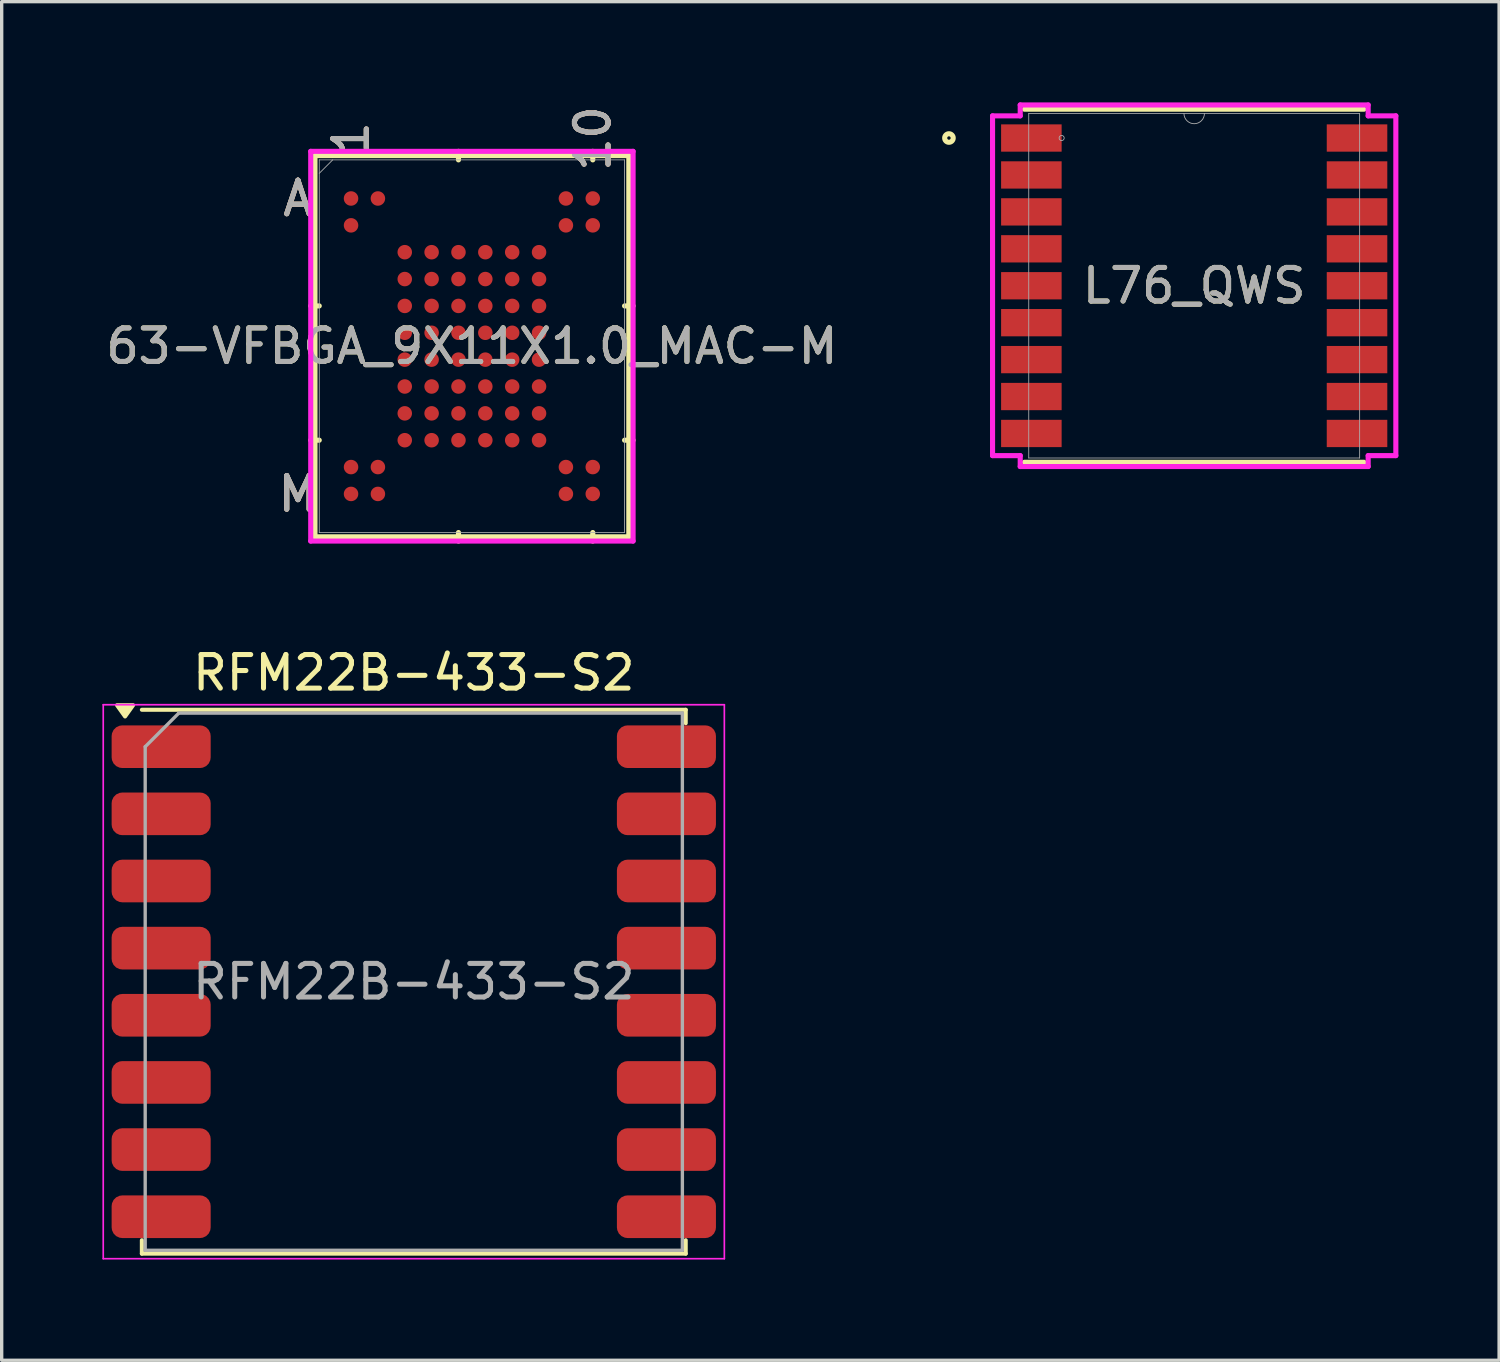
<source format=kicad_pcb>
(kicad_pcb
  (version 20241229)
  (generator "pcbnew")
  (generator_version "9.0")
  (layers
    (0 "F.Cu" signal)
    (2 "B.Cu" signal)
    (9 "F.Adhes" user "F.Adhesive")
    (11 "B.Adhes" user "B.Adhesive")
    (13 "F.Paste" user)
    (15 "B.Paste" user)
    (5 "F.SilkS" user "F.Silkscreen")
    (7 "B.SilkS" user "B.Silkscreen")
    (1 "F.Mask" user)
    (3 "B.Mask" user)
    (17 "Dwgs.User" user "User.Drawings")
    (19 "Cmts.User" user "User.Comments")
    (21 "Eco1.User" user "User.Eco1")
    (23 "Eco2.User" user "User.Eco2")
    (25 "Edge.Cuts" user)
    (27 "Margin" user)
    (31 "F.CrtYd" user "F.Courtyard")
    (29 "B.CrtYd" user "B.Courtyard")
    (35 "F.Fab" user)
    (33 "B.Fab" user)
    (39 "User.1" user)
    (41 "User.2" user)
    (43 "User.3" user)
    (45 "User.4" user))
  (footprint "RFM22B-433-S2"
    (layer "F.Cu")
    (at 9.275 26.191)
    (property "Reference" "RFM22B-433-S2" (at 0 -9.2 0) (layer "F.SilkS") (effects (font (size 1 1) (thickness 0.15))))
    (attr smd)
    (fp_line (start -8.1 -8.1) (end 8.1 -8.1) (stroke (width 0.12) (type solid)) (layer "F.SilkS"))
    (fp_line (start -8.1 7.7) (end -8.1 8.1) (stroke (width 0.12) (type solid)) (layer "F.SilkS"))
    (fp_line (start -8.1 8.1) (end 8.1 8.1) (stroke (width 0.12) (type solid)) (layer "F.SilkS"))
    (fp_line (start 8.1 -8.1) (end 8.1 -7.7) (stroke (width 0.12) (type solid)) (layer "F.SilkS"))
    (fp_line (start 8.1 8.1) (end 8.1 7.7) (stroke (width 0.12) (type solid)) (layer "F.SilkS"))
    (fp_poly (pts (xy -8.6 -7.9) (xy -8.84 -8.236) (xy -8.36 -8.236) (xy -8.6 -7.9)) (stroke (width 0.12) (type solid)) (fill yes) (layer "F.SilkS"))
    (fp_line (start -9.25 -8.25) (end 9.25 -8.25) (stroke (width 0.05) (type solid)) (layer "F.CrtYd"))
    (fp_line (start -9.25 8.25) (end -9.25 -8.25) (stroke (width 0.05) (type solid)) (layer "F.CrtYd"))
    (fp_line (start -9.25 8.25) (end 9.25 8.25) (stroke (width 0.05) (type solid)) (layer "F.CrtYd"))
    (fp_line (start 9.25 -8.25) (end 9.25 8.25) (stroke (width 0.05) (type solid)) (layer "F.CrtYd"))
    (fp_line (start -8 8) (end -8 -7) (stroke (width 0.1) (type solid)) (layer "F.Fab"))
    (fp_line (start -8 8) (end 8 8) (stroke (width 0.1) (type solid)) (layer "F.Fab"))
    (fp_line (start -7 -8) (end -8 -7) (stroke (width 0.1) (type solid)) (layer "F.Fab"))
    (fp_line (start -7 -8) (end 8 -8) (stroke (width 0.1) (type solid)) (layer "F.Fab"))
    (fp_line (start 8 8) (end 8 -8) (stroke (width 0.1) (type solid)) (layer "F.Fab"))
    (fp_text user "${REFERENCE}" (at 0 0 0) (layer "F.Fab") (effects (font (size 1 1) (thickness 0.15))))
    (pad "1" smd roundrect (at -7.525 -7) (size 2.95 1.27) (layers "F.Cu" "F.Mask" "F.Paste") (roundrect_rratio 0.25))
    (pad "2" smd roundrect (at -7.525 -5) (size 2.95 1.27) (layers "F.Cu" "F.Mask" "F.Paste") (roundrect_rratio 0.25))
    (pad "3" smd roundrect (at -7.525 -3) (size 2.95 1.27) (layers "F.Cu" "F.Mask" "F.Paste") (roundrect_rratio 0.25))
    (pad "4" smd roundrect (at -7.525 -1) (size 2.95 1.27) (layers "F.Cu" "F.Mask" "F.Paste") (roundrect_rratio 0.25))
    (pad "5" smd roundrect (at -7.525 1) (size 2.95 1.27) (layers "F.Cu" "F.Mask" "F.Paste") (roundrect_rratio 0.25))
    (pad "6" smd roundrect (at -7.525 3) (size 2.95 1.27) (layers "F.Cu" "F.Mask" "F.Paste") (roundrect_rratio 0.25))
    (pad "7" smd roundrect (at -7.525 5) (size 2.95 1.27) (layers "F.Cu" "F.Mask" "F.Paste") (roundrect_rratio 0.25))
    (pad "8" smd roundrect (at -7.525 7) (size 2.95 1.27) (layers "F.Cu" "F.Mask" "F.Paste") (roundrect_rratio 0.25))
    (pad "9" smd roundrect (at 7.525 7) (size 2.95 1.27) (layers "F.Cu" "F.Mask" "F.Paste") (roundrect_rratio 0.25))
    (pad "10" smd roundrect (at 7.525 5) (size 2.95 1.27) (layers "F.Cu" "F.Mask" "F.Paste") (roundrect_rratio 0.25))
    (pad "11" smd roundrect (at 7.525 3) (size 2.95 1.27) (layers "F.Cu" "F.Mask" "F.Paste") (roundrect_rratio 0.25))
    (pad "12" smd roundrect (at 7.525 1) (size 2.95 1.27) (layers "F.Cu" "F.Mask" "F.Paste") (roundrect_rratio 0.25))
    (pad "13" smd roundrect (at 7.525 -1) (size 2.95 1.27) (layers "F.Cu" "F.Mask" "F.Paste") (roundrect_rratio 0.25))
    (pad "14" smd roundrect (at 7.525 -3) (size 2.95 1.27) (layers "F.Cu" "F.Mask" "F.Paste") (roundrect_rratio 0.25))
    (pad "15" smd roundrect (at 7.525 -5) (size 2.95 1.27) (layers "F.Cu" "F.Mask" "F.Paste") (roundrect_rratio 0.25))
    (pad "16" smd roundrect (at 7.525 -7) (size 2.95 1.27) (layers "F.Cu" "F.Mask" "F.Paste") (roundrect_rratio 0.25)))
  (footprint "63-VFBGA_9X11X1.0_MAC-M"
    (layer "F.Cu")
    (at 11.006 7.262)
    (property "Reference" "63-VFBGA_9X11X1.0_MAC-M" (at 0 0 0) (unlocked yes) (layer "F.SilkS") (effects (font (size 1 1) (thickness 0.15))))
    (attr smd)
    (fp_line (start -4.674 -5.677) (end -4.674 5.677) (stroke (width 0.152) (type solid)) (layer "F.SilkS"))
    (fp_line (start -4.674 5.677) (end 4.674 5.677) (stroke (width 0.152) (type solid)) (layer "F.SilkS"))
    (fp_line (start -4.547 -1.2) (end -4.801 -1.2) (stroke (width 0.152) (type solid)) (layer "F.SilkS"))
    (fp_line (start -4.547 2.8) (end -4.801 2.8) (stroke (width 0.152) (type solid)) (layer "F.SilkS"))
    (fp_line (start -0.4 -5.55) (end -0.4 -5.804) (stroke (width 0.152) (type solid)) (layer "F.SilkS"))
    (fp_line (start -0.4 5.55) (end -0.4 5.804) (stroke (width 0.152) (type solid)) (layer "F.SilkS"))
    (fp_line (start 3.6 -5.55) (end 3.6 -5.804) (stroke (width 0.152) (type solid)) (layer "F.SilkS"))
    (fp_line (start 3.6 5.55) (end 3.6 5.804) (stroke (width 0.152) (type solid)) (layer "F.SilkS"))
    (fp_line (start 4.547 -1.2) (end 4.801 -1.2) (stroke (width 0.152) (type solid)) (layer "F.SilkS"))
    (fp_line (start 4.547 2.8) (end 4.801 2.8) (stroke (width 0.152) (type solid)) (layer "F.SilkS"))
    (fp_line (start 4.674 -5.677) (end -4.674 -5.677) (stroke (width 0.152) (type solid)) (layer "F.SilkS"))
    (fp_line (start 4.674 5.677) (end 4.674 -5.677) (stroke (width 0.152) (type solid)) (layer "F.SilkS"))
    (fp_poly (pts (xy -4.444 -5.245) (xy 4.444 -5.245) (xy 4.444 5.245) (xy -4.444 5.245)) (stroke (width 0.1) (type solid)) (fill no) (layer "Eco2.User"))
    (fp_line (start -4.801 -5.804) (end 4.801 -5.804) (stroke (width 0.152) (type solid)) (layer "F.CrtYd"))
    (fp_line (start -4.801 5.804) (end -4.801 -5.804) (stroke (width 0.152) (type solid)) (layer "F.CrtYd"))
    (fp_line (start 4.801 -5.804) (end 4.801 5.804) (stroke (width 0.152) (type solid)) (layer "F.CrtYd"))
    (fp_line (start 4.801 5.804) (end -4.801 5.804) (stroke (width 0.152) (type solid)) (layer "F.CrtYd"))
    (fp_line (start -4.547 -5.55) (end -4.547 5.55) (stroke (width 0.025) (type solid)) (layer "F.Fab"))
    (fp_line (start -4.547 5.55) (end 4.547 5.55) (stroke (width 0.025) (type solid)) (layer "F.Fab"))
    (fp_line (start -4.147 -5.55) (end -4.547 -5.15) (stroke (width 0.025) (type solid)) (layer "F.Fab"))
    (fp_line (start 4.547 -5.55) (end -4.547 -5.55) (stroke (width 0.025) (type solid)) (layer "F.Fab"))
    (fp_line (start 4.547 5.55) (end 4.547 -5.55) (stroke (width 0.025) (type solid)) (layer "F.Fab"))
    (fp_text user "A" (at -5.182 -4.4 0) (unlocked yes) (layer "F.SilkS") (effects (font (size 1 1) (thickness 0.15))))
    (fp_text user "M" (at -5.182 4.4 0) (unlocked yes) (layer "F.SilkS") (effects (font (size 1 1) (thickness 0.15))))
    (fp_text user "1" (at -3.6 -6.185 90) (unlocked yes) (layer "F.SilkS") (effects (font (size 1 1) (thickness 0.15))))
    (fp_text user "10" (at 3.6 -6.185 90) (unlocked yes) (layer "F.SilkS") (effects (font (size 1 1) (thickness 0.15))))
    (fp_text user "M" (at -5.182 4.4 0) (unlocked yes) (layer "B.SilkS") (effects (font (size 1 1) (thickness 0.15))))
    (fp_text user "10" (at 3.6 -6.185 90) (unlocked yes) (layer "B.SilkS") (effects (font (size 1 1) (thickness 0.15))))
    (fp_text user "A" (at -5.182 -4.4 0) (unlocked yes) (layer "B.SilkS") (effects (font (size 1 1) (thickness 0.15))))
    (fp_text user "1" (at -3.6 -6.185 90) (unlocked yes) (layer "B.SilkS") (effects (font (size 1 1) (thickness 0.15))))
    (fp_text user "${REFERENCE}" (at 0 0 0) (unlocked yes) (layer "F.Fab") (effects (font (size 1 1) (thickness 0.15))))
    (fp_text user "1" (at -3.6 -6.185 90) (unlocked yes) (layer "F.Fab") (effects (font (size 1 1) (thickness 0.15))))
    (fp_text user "M" (at -5.182 4.4 0) (unlocked yes) (layer "F.Fab") (effects (font (size 1 1) (thickness 0.15))))
    (fp_text user "A" (at -5.182 -4.4 0) (unlocked yes) (layer "F.Fab") (effects (font (size 1 1) (thickness 0.15))))
    (fp_text user "10" (at 3.6 -6.185 90) (unlocked yes) (layer "F.Fab") (effects (font (size 1 1) (thickness 0.15))))
    (pad "A1" smd circle (at -3.6 -4.4) (size 0.432 0.432) (layers "F.Cu" "F.Mask" "F.Paste"))
    (pad "A2" smd circle (at -2.8 -4.4) (size 0.432 0.432) (layers "F.Cu" "F.Mask" "F.Paste"))
    (pad "A9" smd circle (at 2.8 -4.4) (size 0.432 0.432) (layers "F.Cu" "F.Mask" "F.Paste"))
    (pad "A10" smd circle (at 3.6 -4.4) (size 0.432 0.432) (layers "F.Cu" "F.Mask" "F.Paste"))
    (pad "B1" smd circle (at -3.6 -3.6) (size 0.432 0.432) (layers "F.Cu" "F.Mask" "F.Paste"))
    (pad "B9" smd circle (at 2.8 -3.6) (size 0.432 0.432) (layers "F.Cu" "F.Mask" "F.Paste"))
    (pad "B10" smd circle (at 3.6 -3.6) (size 0.432 0.432) (layers "F.Cu" "F.Mask" "F.Paste"))
    (pad "C3" smd circle (at -2 -2.8) (size 0.432 0.432) (layers "F.Cu" "F.Mask" "F.Paste"))
    (pad "C4" smd circle (at -1.2 -2.8) (size 0.432 0.432) (layers "F.Cu" "F.Mask" "F.Paste"))
    (pad "C5" smd circle (at -0.4 -2.8) (size 0.432 0.432) (layers "F.Cu" "F.Mask" "F.Paste"))
    (pad "C6" smd circle (at 0.4 -2.8) (size 0.432 0.432) (layers "F.Cu" "F.Mask" "F.Paste"))
    (pad "C7" smd circle (at 1.2 -2.8) (size 0.432 0.432) (layers "F.Cu" "F.Mask" "F.Paste"))
    (pad "C8" smd circle (at 2 -2.8) (size 0.432 0.432) (layers "F.Cu" "F.Mask" "F.Paste"))
    (pad "D3" smd circle (at -2 -2) (size 0.432 0.432) (layers "F.Cu" "F.Mask" "F.Paste"))
    (pad "D4" smd circle (at -1.2 -2) (size 0.432 0.432) (layers "F.Cu" "F.Mask" "F.Paste"))
    (pad "D5" smd circle (at -0.4 -2) (size 0.432 0.432) (layers "F.Cu" "F.Mask" "F.Paste"))
    (pad "D6" smd circle (at 0.4 -2) (size 0.432 0.432) (layers "F.Cu" "F.Mask" "F.Paste"))
    (pad "D7" smd circle (at 1.2 -2) (size 0.432 0.432) (layers "F.Cu" "F.Mask" "F.Paste"))
    (pad "D8" smd circle (at 2 -2) (size 0.432 0.432) (layers "F.Cu" "F.Mask" "F.Paste"))
    (pad "E3" smd circle (at -2 -1.2) (size 0.432 0.432) (layers "F.Cu" "F.Mask" "F.Paste"))
    (pad "E4" smd circle (at -1.2 -1.2) (size 0.432 0.432) (layers "F.Cu" "F.Mask" "F.Paste"))
    (pad "E5" smd circle (at -0.4 -1.2) (size 0.432 0.432) (layers "F.Cu" "F.Mask" "F.Paste"))
    (pad "E6" smd circle (at 0.4 -1.2) (size 0.432 0.432) (layers "F.Cu" "F.Mask" "F.Paste"))
    (pad "E7" smd circle (at 1.2 -1.2) (size 0.432 0.432) (layers "F.Cu" "F.Mask" "F.Paste"))
    (pad "E8" smd circle (at 2 -1.2) (size 0.432 0.432) (layers "F.Cu" "F.Mask" "F.Paste"))
    (pad "F3" smd circle (at -2 -0.4) (size 0.432 0.432) (layers "F.Cu" "F.Mask" "F.Paste"))
    (pad "F4" smd circle (at -1.2 -0.4) (size 0.432 0.432) (layers "F.Cu" "F.Mask" "F.Paste"))
    (pad "F5" smd circle (at -0.4 -0.4) (size 0.432 0.432) (layers "F.Cu" "F.Mask" "F.Paste"))
    (pad "F6" smd circle (at 0.4 -0.4) (size 0.432 0.432) (layers "F.Cu" "F.Mask" "F.Paste"))
    (pad "F7" smd circle (at 1.2 -0.4) (size 0.432 0.432) (layers "F.Cu" "F.Mask" "F.Paste"))
    (pad "F8" smd circle (at 2 -0.4) (size 0.432 0.432) (layers "F.Cu" "F.Mask" "F.Paste"))
    (pad "G3" smd circle (at -2 0.4) (size 0.432 0.432) (layers "F.Cu" "F.Mask" "F.Paste"))
    (pad "G4" smd circle (at -1.2 0.4) (size 0.432 0.432) (layers "F.Cu" "F.Mask" "F.Paste"))
    (pad "G5" smd circle (at -0.4 0.4) (size 0.432 0.432) (layers "F.Cu" "F.Mask" "F.Paste"))
    (pad "G6" smd circle (at 0.4 0.4) (size 0.432 0.432) (layers "F.Cu" "F.Mask" "F.Paste"))
    (pad "G7" smd circle (at 1.2 0.4) (size 0.432 0.432) (layers "F.Cu" "F.Mask" "F.Paste"))
    (pad "G8" smd circle (at 2 0.4) (size 0.432 0.432) (layers "F.Cu" "F.Mask" "F.Paste"))
    (pad "H3" smd circle (at -2 1.2) (size 0.432 0.432) (layers "F.Cu" "F.Mask" "F.Paste"))
    (pad "H4" smd circle (at -1.2 1.2) (size 0.432 0.432) (layers "F.Cu" "F.Mask" "F.Paste"))
    (pad "H5" smd circle (at -0.4 1.2) (size 0.432 0.432) (layers "F.Cu" "F.Mask" "F.Paste"))
    (pad "H6" smd circle (at 0.4 1.2) (size 0.432 0.432) (layers "F.Cu" "F.Mask" "F.Paste"))
    (pad "H7" smd circle (at 1.2 1.2) (size 0.432 0.432) (layers "F.Cu" "F.Mask" "F.Paste"))
    (pad "H8" smd circle (at 2 1.2) (size 0.432 0.432) (layers "F.Cu" "F.Mask" "F.Paste"))
    (pad "J3" smd circle (at -2 2) (size 0.432 0.432) (layers "F.Cu" "F.Mask" "F.Paste"))
    (pad "J4" smd circle (at -1.2 2) (size 0.432 0.432) (layers "F.Cu" "F.Mask" "F.Paste"))
    (pad "J5" smd circle (at -0.4 2) (size 0.432 0.432) (layers "F.Cu" "F.Mask" "F.Paste"))
    (pad "J6" smd circle (at 0.4 2) (size 0.432 0.432) (layers "F.Cu" "F.Mask" "F.Paste"))
    (pad "J7" smd circle (at 1.2 2) (size 0.432 0.432) (layers "F.Cu" "F.Mask" "F.Paste"))
    (pad "J8" smd circle (at 2 2) (size 0.432 0.432) (layers "F.Cu" "F.Mask" "F.Paste"))
    (pad "K3" smd circle (at -2 2.8) (size 0.432 0.432) (layers "F.Cu" "F.Mask" "F.Paste"))
    (pad "K4" smd circle (at -1.2 2.8) (size 0.432 0.432) (layers "F.Cu" "F.Mask" "F.Paste"))
    (pad "K5" smd circle (at -0.4 2.8) (size 0.432 0.432) (layers "F.Cu" "F.Mask" "F.Paste"))
    (pad "K6" smd circle (at 0.4 2.8) (size 0.432 0.432) (layers "F.Cu" "F.Mask" "F.Paste"))
    (pad "K7" smd circle (at 1.2 2.8) (size 0.432 0.432) (layers "F.Cu" "F.Mask" "F.Paste"))
    (pad "K8" smd circle (at 2 2.8) (size 0.432 0.432) (layers "F.Cu" "F.Mask" "F.Paste"))
    (pad "L1" smd circle (at -3.6 3.6) (size 0.432 0.432) (layers "F.Cu" "F.Mask" "F.Paste"))
    (pad "L2" smd circle (at -2.8 3.6) (size 0.432 0.432) (layers "F.Cu" "F.Mask" "F.Paste"))
    (pad "L9" smd circle (at 2.8 3.6) (size 0.432 0.432) (layers "F.Cu" "F.Mask" "F.Paste"))
    (pad "L10" smd circle (at 3.6 3.6) (size 0.432 0.432) (layers "F.Cu" "F.Mask" "F.Paste"))
    (pad "M1" smd circle (at -3.6 4.4) (size 0.432 0.432) (layers "F.Cu" "F.Mask" "F.Paste"))
    (pad "M2" smd circle (at -2.8 4.4) (size 0.432 0.432) (layers "F.Cu" "F.Mask" "F.Paste"))
    (pad "M9" smd circle (at 2.8 4.4) (size 0.432 0.432) (layers "F.Cu" "F.Mask" "F.Paste"))
    (pad "M10" smd circle (at 3.6 4.4) (size 0.432 0.432) (layers "F.Cu" "F.Mask" "F.Paste")))
  (footprint "L76_QWS"
    (layer "F.Cu")
    (at 32.52 5.461)
    (property "Reference" "L76_QWS" (at 0 0 0) (unlocked yes) (layer "F.SilkS") (effects (font (size 1 1) (thickness 0.15))))
    (attr smd)
    (fp_line (start -5.055 5.258) (end 5.055 5.258) (stroke (width 0.152) (type solid)) (layer "F.SilkS"))
    (fp_line (start 5.055 -5.258) (end -5.055 -5.258) (stroke (width 0.152) (type solid)) (layer "F.SilkS"))
    (fp_circle (center -7.305 -4.4) (end -7.178 -4.4) (stroke (width 0.152) (type solid)) (fill no) (layer "F.SilkS"))
    (fp_line (start -6.006 -5.06) (end -5.182 -5.06) (stroke (width 0.152) (type solid)) (layer "F.CrtYd"))
    (fp_line (start -6.006 5.06) (end -6.006 -5.06) (stroke (width 0.152) (type solid)) (layer "F.CrtYd"))
    (fp_line (start -6.006 5.06) (end -5.182 5.06) (stroke (width 0.152) (type solid)) (layer "F.CrtYd"))
    (fp_line (start -5.182 -5.385) (end 5.182 -5.385) (stroke (width 0.152) (type solid)) (layer "F.CrtYd"))
    (fp_line (start -5.182 -5.06) (end -5.182 -5.385) (stroke (width 0.152) (type solid)) (layer "F.CrtYd"))
    (fp_line (start -5.182 5.385) (end -5.182 5.06) (stroke (width 0.152) (type solid)) (layer "F.CrtYd"))
    (fp_line (start 5.182 -5.385) (end 5.182 -5.06) (stroke (width 0.152) (type solid)) (layer "F.CrtYd"))
    (fp_line (start 5.182 5.06) (end 5.182 5.385) (stroke (width 0.152) (type solid)) (layer "F.CrtYd"))
    (fp_line (start 5.182 5.385) (end -5.182 5.385) (stroke (width 0.152) (type solid)) (layer "F.CrtYd"))
    (fp_line (start 6.006 -5.06) (end 5.182 -5.06) (stroke (width 0.152) (type solid)) (layer "F.CrtYd"))
    (fp_line (start 6.006 -5.06) (end 6.006 5.06) (stroke (width 0.152) (type solid)) (layer "F.CrtYd"))
    (fp_line (start 6.006 5.06) (end 5.182 5.06) (stroke (width 0.152) (type solid)) (layer "F.CrtYd"))
    (fp_line (start -4.928 -5.131) (end -4.928 5.131) (stroke (width 0.025) (type solid)) (layer "F.Fab"))
    (fp_line (start -4.928 5.131) (end 4.928 5.131) (stroke (width 0.025) (type solid)) (layer "F.Fab"))
    (fp_line (start 4.928 -5.131) (end -4.928 -5.131) (stroke (width 0.025) (type solid)) (layer "F.Fab"))
    (fp_line (start 4.928 5.131) (end 4.928 -5.131) (stroke (width 0.025) (type solid)) (layer "F.Fab"))
    (fp_arc (start 0.3048 -5.1308) (mid 0 -4.826) (end -0.3048 -5.1308) (stroke (width 0.0254) (type solid)) (layer "F.Fab"))
    (fp_circle (center -3.948 -4.4) (end -3.872 -4.4) (stroke (width 0.025) (type solid)) (fill no) (layer "F.Fab"))
    (fp_text user "${REFERENCE}" (at 0 0 0) (unlocked yes) (layer "F.Fab") (effects (font (size 1 1) (thickness 0.15))))
    (pad "1" smd rect (at -4.85 -4.4) (size 1.803 0.813) (layers "F.Cu" "F.Mask" "F.Paste"))
    (pad "2" smd rect (at -4.85 -3.3) (size 1.803 0.813) (layers "F.Cu" "F.Mask" "F.Paste"))
    (pad "3" smd rect (at -4.85 -2.2) (size 1.803 0.813) (layers "F.Cu" "F.Mask" "F.Paste"))
    (pad "4" smd rect (at -4.85 -1.1) (size 1.803 0.813) (layers "F.Cu" "F.Mask" "F.Paste"))
    (pad "5" smd rect (at -4.85 0) (size 1.803 0.813) (layers "F.Cu" "F.Mask" "F.Paste"))
    (pad "6" smd rect (at -4.85 1.1) (size 1.803 0.813) (layers "F.Cu" "F.Mask" "F.Paste"))
    (pad "7" smd rect (at -4.85 2.2) (size 1.803 0.813) (layers "F.Cu" "F.Mask" "F.Paste"))
    (pad "8" smd rect (at -4.85 3.3) (size 1.803 0.813) (layers "F.Cu" "F.Mask" "F.Paste"))
    (pad "9" smd rect (at -4.85 4.4) (size 1.803 0.813) (layers "F.Cu" "F.Mask" "F.Paste"))
    (pad "10" smd rect (at 4.85 4.4) (size 1.803 0.813) (layers "F.Cu" "F.Mask" "F.Paste"))
    (pad "11" smd rect (at 4.85 3.3) (size 1.803 0.813) (layers "F.Cu" "F.Mask" "F.Paste"))
    (pad "12" smd rect (at 4.85 2.2) (size 1.803 0.813) (layers "F.Cu" "F.Mask" "F.Paste"))
    (pad "13" smd rect (at 4.85 1.1) (size 1.803 0.813) (layers "F.Cu" "F.Mask" "F.Paste"))
    (pad "14" smd rect (at 4.85 0) (size 1.803 0.813) (layers "F.Cu" "F.Mask" "F.Paste"))
    (pad "15" smd rect (at 4.85 -1.1) (size 1.803 0.813) (layers "F.Cu" "F.Mask" "F.Paste"))
    (pad "16" smd rect (at 4.85 -2.2) (size 1.803 0.813) (layers "F.Cu" "F.Mask" "F.Paste"))
    (pad "17" smd rect (at 4.85 -3.3) (size 1.803 0.813) (layers "F.Cu" "F.Mask" "F.Paste"))
    (pad "18" smd rect (at 4.85 -4.4) (size 1.803 0.813) (layers "F.Cu" "F.Mask" "F.Paste")))
  (gr_rect
    (start -3 -3)
    (end 41.602 37.466)
    (stroke (width 0.1) (type default))
    (fill no)
    (layer "Edge.Cuts")))
</source>
